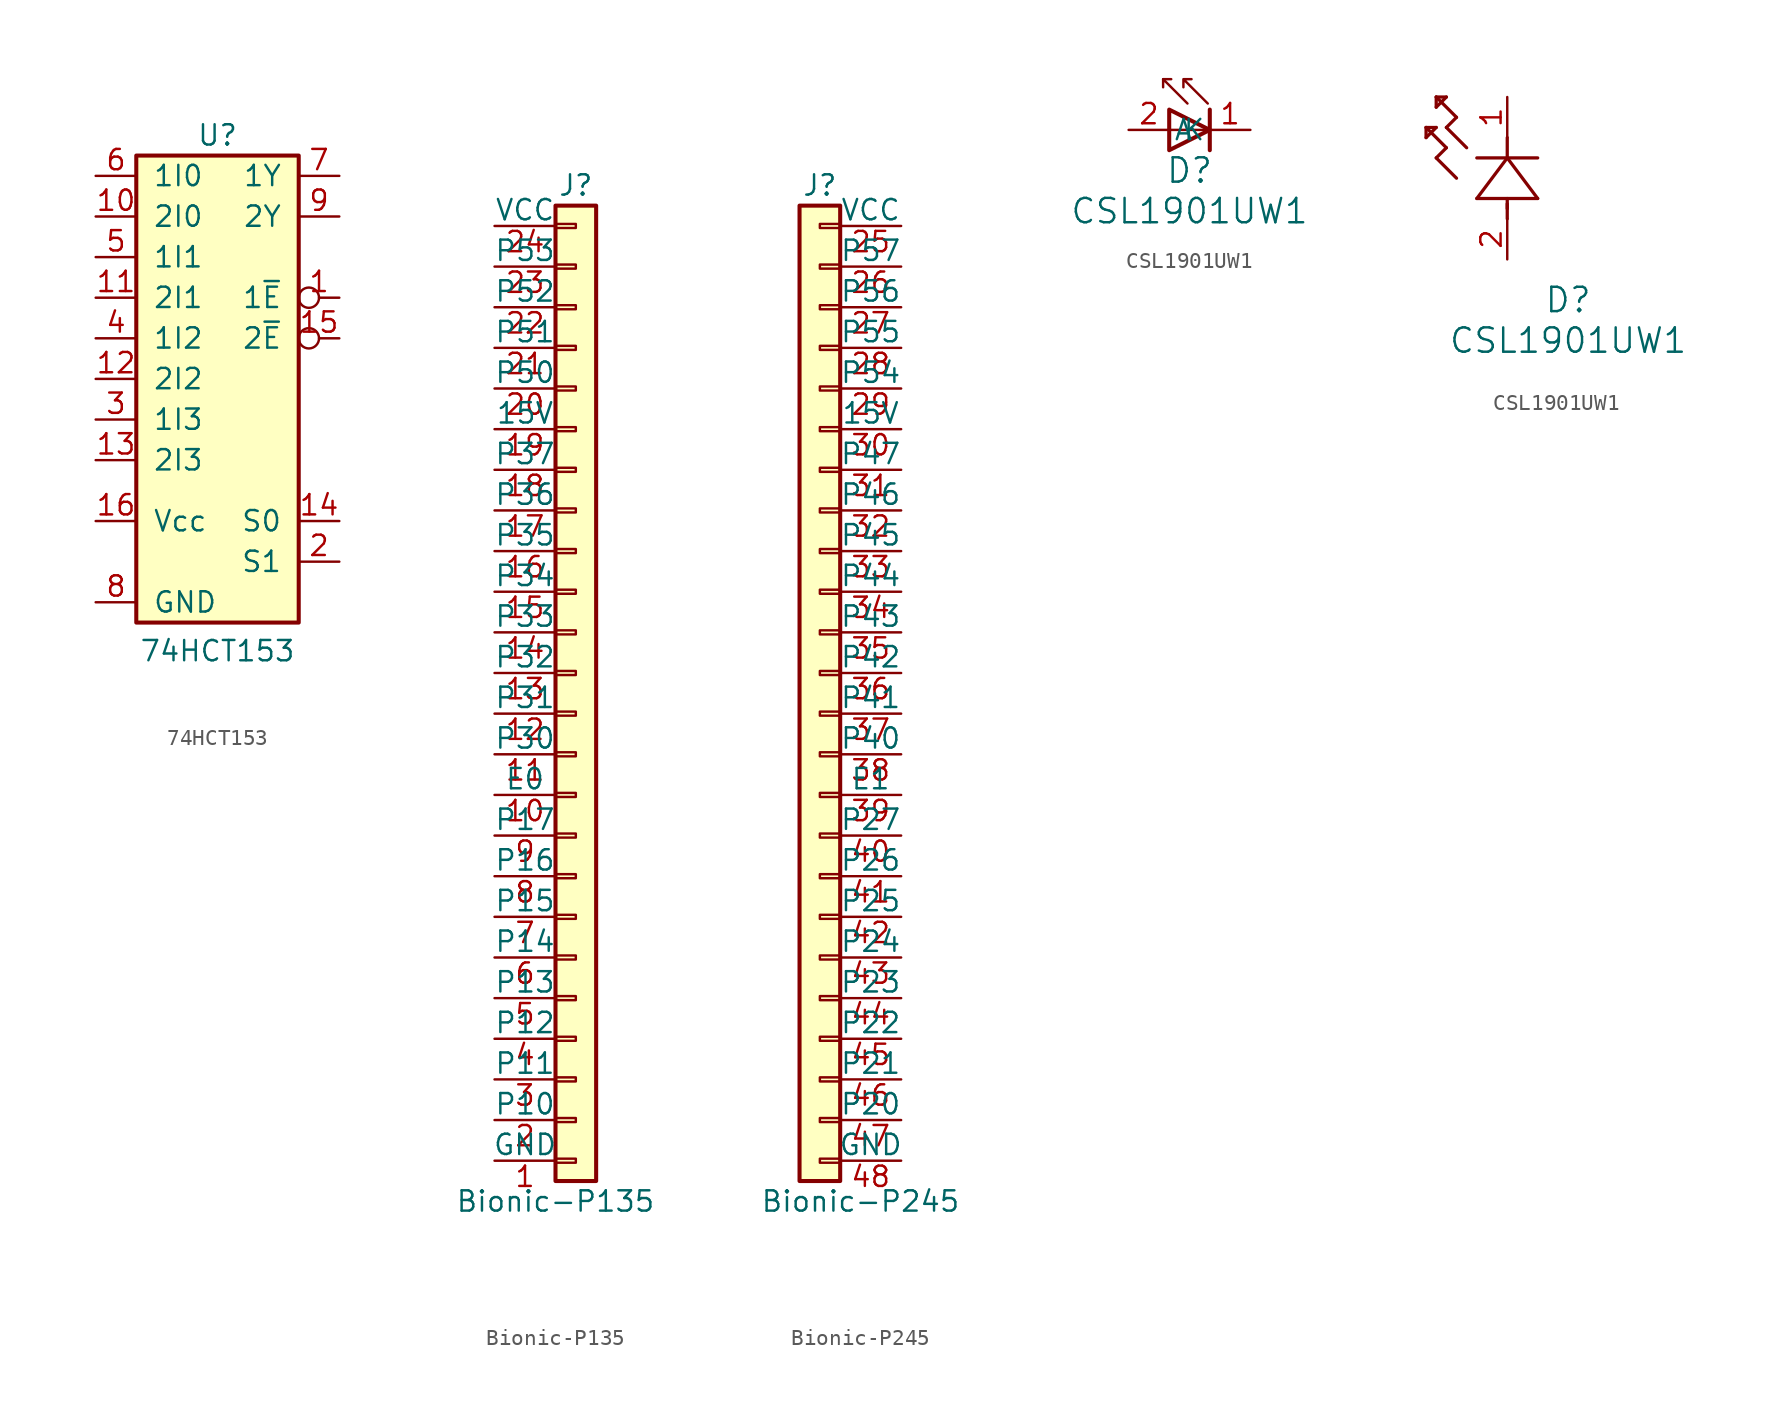
<source format=kicad_sym>
(kicad_symbol_lib
  (version 20231120)
  (generator "kicad_symbol_editor")
  (generator_version "8.0")
  (symbol "74HCT153"
    (pin_names
      (offset 1.016))
    (property "Reference" "U"
      (at 0 16.51 0)
      (effects (font (size 1.27 1.27))))
    (property "Value" "74HCT153"
      (at 0 -15.748 0)
      (effects (font (size 1.27 1.27))))
    (symbol "74HCT153_1_0"
      (pin input inverted (at 7.62 6.35 180) (length 2.54) (name "1~{E}" (effects (font (size 1.27 1.27)))) (number "1" (effects (font (size 1.27 1.27)))))
      (pin input line (at -7.62 11.43 0) (length 2.54) (name "2I0" (effects (font (size 1.27 1.27)))) (number "10" (effects (font (size 1.27 1.27)))))
      (pin input line (at -7.62 6.35 0) (length 2.54) (name "2I1" (effects (font (size 1.27 1.27)))) (number "11" (effects (font (size 1.27 1.27)))))
      (pin input line (at -7.62 1.27 0) (length 2.54) (name "2I2" (effects (font (size 1.27 1.27)))) (number "12" (effects (font (size 1.27 1.27)))))
      (pin input line (at -7.62 -3.81 0) (length 2.54) (name "2I3" (effects (font (size 1.27 1.27)))) (number "13" (effects (font (size 1.27 1.27)))))
      (pin input line (at 7.62 -7.62 180) (length 2.54) (name "S0" (effects (font (size 1.27 1.27)))) (number "14" (effects (font (size 1.27 1.27)))))
      (pin input inverted (at 7.62 3.81 180) (length 2.54) (name "2~{E}" (effects (font (size 1.27 1.27)))) (number "15" (effects (font (size 1.27 1.27)))))
      (pin power_in line (at -7.62 -7.62 0) (length 2.54) (name "Vcc" (effects (font (size 1.27 1.27)))) (number "16" (effects (font (size 1.27 1.27)))))
      (pin input line (at 7.62 -10.16 180) (length 2.54) (name "S1" (effects (font (size 1.27 1.27)))) (number "2" (effects (font (size 1.27 1.27)))))
      (pin input line (at -7.62 -1.27 0) (length 2.54) (name "1I3" (effects (font (size 1.27 1.27)))) (number "3" (effects (font (size 1.27 1.27)))))
      (pin input line (at -7.62 3.81 0) (length 2.54) (name "1I2" (effects (font (size 1.27 1.27)))) (number "4" (effects (font (size 1.27 1.27)))))
      (pin input line (at -7.62 8.89 0) (length 2.54) (name "1I1" (effects (font (size 1.27 1.27)))) (number "5" (effects (font (size 1.27 1.27)))))
      (pin input line (at -7.62 13.97 0) (length 2.54) (name "1I0" (effects (font (size 1.27 1.27)))) (number "6" (effects (font (size 1.27 1.27)))))
      (pin output line (at 7.62 13.97 180) (length 2.54) (name "1Y" (effects (font (size 1.27 1.27)))) (number "7" (effects (font (size 1.27 1.27)))))
      (pin power_in line (at -7.62 -12.7 0) (length 2.54) (name "GND" (effects (font (size 1.27 1.27)))) (number "8" (effects (font (size 1.27 1.27)))))
      (pin output line (at 7.62 11.43 180) (length 2.54) (name "2Y" (effects (font (size 1.27 1.27)))) (number "9" (effects (font (size 1.27 1.27))))))
    (symbol "74HCT153_1_1"
      (rectangle (start -5.08 15.24) (end 5.08 -13.97) (stroke (width 0.254) (type default)) (fill (type background)))))
  (symbol "Bionic-P135"
    (pin_names
      (offset 0))
    (property "Reference" "J"
      (at 0 30.48 0)
      (effects (font (size 1.27 1.27))))
    (property "Value" "Bionic-P135"
      (at -1.27 -33.02 0)
      (effects (font (size 1.27 1.27))))
    (symbol "Bionic-P135_1_1"
      (rectangle (start 0 -30.353) (end -1.27 -30.607) (stroke (width 0.152) (type default)) (fill (type none)))
      (rectangle (start 0 -27.813) (end -1.27 -28.067) (stroke (width 0.152) (type default)) (fill (type none)))
      (rectangle (start 0 -25.273) (end -1.27 -25.527) (stroke (width 0.152) (type default)) (fill (type none)))
      (rectangle (start 0 -22.733) (end -1.27 -22.987) (stroke (width 0.152) (type default)) (fill (type none)))
      (rectangle (start 0 -20.193) (end -1.27 -20.447) (stroke (width 0.152) (type default)) (fill (type none)))
      (rectangle (start 0 -17.653) (end -1.27 -17.907) (stroke (width 0.152) (type default)) (fill (type none)))
      (rectangle (start 0 -15.113) (end -1.27 -15.367) (stroke (width 0.152) (type default)) (fill (type none)))
      (rectangle (start 0 -12.573) (end -1.27 -12.827) (stroke (width 0.152) (type default)) (fill (type none)))
      (rectangle (start 0 -10.033) (end -1.27 -10.287) (stroke (width 0.152) (type default)) (fill (type none)))
      (rectangle (start 0 -7.493) (end -1.27 -7.747) (stroke (width 0.152) (type default)) (fill (type none)))
      (rectangle (start 0 -4.953) (end -1.27 -5.207) (stroke (width 0.152) (type default)) (fill (type none)))
      (rectangle (start 0 -2.413) (end -1.27 -2.667) (stroke (width 0.152) (type default)) (fill (type none)))
      (rectangle (start 0 0.127) (end -1.27 -0.127) (stroke (width 0.152) (type default)) (fill (type none)))
      (rectangle (start 0 2.667) (end -1.27 2.413) (stroke (width 0.152) (type default)) (fill (type none)))
      (rectangle (start 0 5.207) (end -1.27 4.953) (stroke (width 0.152) (type default)) (fill (type none)))
      (rectangle (start 0 7.747) (end -1.27 7.493) (stroke (width 0.152) (type default)) (fill (type none)))
      (rectangle (start 0 10.287) (end -1.27 10.033) (stroke (width 0.152) (type default)) (fill (type none)))
      (rectangle (start 0 12.827) (end -1.27 12.573) (stroke (width 0.152) (type default)) (fill (type none)))
      (rectangle (start 0 15.367) (end -1.27 15.113) (stroke (width 0.152) (type default)) (fill (type none)))
      (rectangle (start 0 17.907) (end -1.27 17.653) (stroke (width 0.152) (type default)) (fill (type none)))
      (rectangle (start 0 20.447) (end -1.27 20.193) (stroke (width 0.152) (type default)) (fill (type none)))
      (rectangle (start 0 22.987) (end -1.27 22.733) (stroke (width 0.152) (type default)) (fill (type none)))
      (rectangle (start 0 25.527) (end -1.27 25.273) (stroke (width 0.152) (type default)) (fill (type none)))
      (rectangle (start 0 28.067) (end -1.27 27.813) (stroke (width 0.152) (type default)) (fill (type none)))
      (rectangle (start 1.27 29.21) (end -1.27 -31.75) (stroke (width 0.254) (type default)) (fill (type background)))
      (pin power_in line (at -5.08 -30.48 0) (length 3.81) (name "GND" (effects (font (size 1.27 1.27)))) (number "1" (effects (font (size 1.27 1.27)))))
      (pin bidirectional line (at -5.08 -7.62 0) (length 3.81) (name "E0" (effects (font (size 1.27 1.27)))) (number "10" (effects (font (size 1.27 1.27)))))
      (pin bidirectional line (at -5.08 -5.08 0) (length 3.81) (name "P30" (effects (font (size 1.27 1.27)))) (number "11" (effects (font (size 1.27 1.27)))))
      (pin bidirectional line (at -5.08 -2.54 0) (length 3.81) (name "P31" (effects (font (size 1.27 1.27)))) (number "12" (effects (font (size 1.27 1.27)))))
      (pin bidirectional line (at -5.08 0 0) (length 3.81) (name "P32" (effects (font (size 1.27 1.27)))) (number "13" (effects (font (size 1.27 1.27)))))
      (pin bidirectional line (at -5.08 2.54 0) (length 3.81) (name "P33" (effects (font (size 1.27 1.27)))) (number "14" (effects (font (size 1.27 1.27)))))
      (pin bidirectional line (at -5.08 5.08 0) (length 3.81) (name "P34" (effects (font (size 1.27 1.27)))) (number "15" (effects (font (size 1.27 1.27)))))
      (pin bidirectional line (at -5.08 7.62 0) (length 3.81) (name "P35" (effects (font (size 1.27 1.27)))) (number "16" (effects (font (size 1.27 1.27)))))
      (pin bidirectional line (at -5.08 10.16 0) (length 3.81) (name "P36" (effects (font (size 1.27 1.27)))) (number "17" (effects (font (size 1.27 1.27)))))
      (pin bidirectional line (at -5.08 12.7 0) (length 3.81) (name "P37" (effects (font (size 1.27 1.27)))) (number "18" (effects (font (size 1.27 1.27)))))
      (pin power_in line (at -5.08 15.24 0) (length 3.81) (name "15V" (effects (font (size 1.27 1.27)))) (number "19" (effects (font (size 1.27 1.27)))))
      (pin bidirectional line (at -5.08 -27.94 0) (length 3.81) (name "P10" (effects (font (size 1.27 1.27)))) (number "2" (effects (font (size 1.27 1.27)))))
      (pin bidirectional line (at -5.08 17.78 0) (length 3.81) (name "P50" (effects (font (size 1.27 1.27)))) (number "20" (effects (font (size 1.27 1.27)))))
      (pin bidirectional line (at -5.08 20.32 0) (length 3.81) (name "P51" (effects (font (size 1.27 1.27)))) (number "21" (effects (font (size 1.27 1.27)))))
      (pin bidirectional line (at -5.08 22.86 0) (length 3.81) (name "P52" (effects (font (size 1.27 1.27)))) (number "22" (effects (font (size 1.27 1.27)))))
      (pin bidirectional line (at -5.08 25.4 0) (length 3.81) (name "P53" (effects (font (size 1.27 1.27)))) (number "23" (effects (font (size 1.27 1.27)))))
      (pin power_in line (at -5.08 27.94 0) (length 3.81) (name "VCC" (effects (font (size 1.27 1.27)))) (number "24" (effects (font (size 1.27 1.27)))))
      (pin bidirectional line (at -5.08 -25.4 0) (length 3.81) (name "P11" (effects (font (size 1.27 1.27)))) (number "3" (effects (font (size 1.27 1.27)))))
      (pin bidirectional line (at -5.08 -22.86 0) (length 3.81) (name "P12" (effects (font (size 1.27 1.27)))) (number "4" (effects (font (size 1.27 1.27)))))
      (pin bidirectional line (at -5.08 -20.32 0) (length 3.81) (name "P13" (effects (font (size 1.27 1.27)))) (number "5" (effects (font (size 1.27 1.27)))))
      (pin bidirectional line (at -5.08 -17.78 0) (length 3.81) (name "P14" (effects (font (size 1.27 1.27)))) (number "6" (effects (font (size 1.27 1.27)))))
      (pin bidirectional line (at -5.08 -15.24 0) (length 3.81) (name "P15" (effects (font (size 1.27 1.27)))) (number "7" (effects (font (size 1.27 1.27)))))
      (pin bidirectional line (at -5.08 -12.7 0) (length 3.81) (name "P16" (effects (font (size 1.27 1.27)))) (number "8" (effects (font (size 1.27 1.27)))))
      (pin bidirectional line (at -5.08 -10.16 0) (length 3.81) (name "P17" (effects (font (size 1.27 1.27)))) (number "9" (effects (font (size 1.27 1.27)))))))
  (symbol "Bionic-P245"
    (pin_names
      (offset 0))
    (property "Reference" "J"
      (at -3.81 30.48 0)
      (effects (font (size 1.27 1.27))))
    (property "Value" "Bionic-P245"
      (at -1.27 -33.02 0)
      (effects (font (size 1.27 1.27))))
    (symbol "Bionic-P245_1_1"
      (rectangle (start -2.54 -30.607) (end -3.81 -30.353) (stroke (width 0.152) (type default)) (fill (type none)))
      (rectangle (start -2.54 -28.067) (end -3.81 -27.813) (stroke (width 0.152) (type default)) (fill (type none)))
      (rectangle (start -2.54 -25.527) (end -3.81 -25.273) (stroke (width 0.152) (type default)) (fill (type none)))
      (rectangle (start -2.54 -22.987) (end -3.81 -22.733) (stroke (width 0.152) (type default)) (fill (type none)))
      (rectangle (start -2.54 -20.447) (end -3.81 -20.193) (stroke (width 0.152) (type default)) (fill (type none)))
      (rectangle (start -2.54 -17.907) (end -3.81 -17.653) (stroke (width 0.152) (type default)) (fill (type none)))
      (rectangle (start -2.54 -15.367) (end -3.81 -15.113) (stroke (width 0.152) (type default)) (fill (type none)))
      (rectangle (start -2.54 -12.827) (end -3.81 -12.573) (stroke (width 0.152) (type default)) (fill (type none)))
      (rectangle (start -2.54 -10.287) (end -3.81 -10.033) (stroke (width 0.152) (type default)) (fill (type none)))
      (rectangle (start -2.54 -7.747) (end -3.81 -7.493) (stroke (width 0.152) (type default)) (fill (type none)))
      (rectangle (start -2.54 -5.207) (end -3.81 -4.953) (stroke (width 0.152) (type default)) (fill (type none)))
      (rectangle (start -2.54 -2.667) (end -3.81 -2.413) (stroke (width 0.152) (type default)) (fill (type none)))
      (rectangle (start -2.54 -0.127) (end -3.81 0.127) (stroke (width 0.152) (type default)) (fill (type none)))
      (rectangle (start -2.54 2.413) (end -3.81 2.667) (stroke (width 0.152) (type default)) (fill (type none)))
      (rectangle (start -2.54 4.953) (end -3.81 5.207) (stroke (width 0.152) (type default)) (fill (type none)))
      (rectangle (start -2.54 7.493) (end -3.81 7.747) (stroke (width 0.152) (type default)) (fill (type none)))
      (rectangle (start -2.54 10.033) (end -3.81 10.287) (stroke (width 0.152) (type default)) (fill (type none)))
      (rectangle (start -2.54 12.573) (end -3.81 12.827) (stroke (width 0.152) (type default)) (fill (type none)))
      (rectangle (start -2.54 15.113) (end -3.81 15.367) (stroke (width 0.152) (type default)) (fill (type none)))
      (rectangle (start -2.54 17.653) (end -3.81 17.907) (stroke (width 0.152) (type default)) (fill (type none)))
      (rectangle (start -2.54 20.193) (end -3.81 20.447) (stroke (width 0.152) (type default)) (fill (type none)))
      (rectangle (start -2.54 22.733) (end -3.81 22.987) (stroke (width 0.152) (type default)) (fill (type none)))
      (rectangle (start -2.54 25.273) (end -3.81 25.527) (stroke (width 0.152) (type default)) (fill (type none)))
      (rectangle (start -2.54 27.813) (end -3.81 28.067) (stroke (width 0.152) (type default)) (fill (type none)))
      (rectangle (start -2.54 29.21) (end -5.08 -31.75) (stroke (width 0.254) (type default)) (fill (type background)))
      (pin power_in line (at 1.27 27.94 180) (length 3.81) (name "VCC" (effects (font (size 1.27 1.27)))) (number "25" (effects (font (size 1.27 1.27)))))
      (pin bidirectional line (at 1.27 25.4 180) (length 3.81) (name "P57" (effects (font (size 1.27 1.27)))) (number "26" (effects (font (size 1.27 1.27)))))
      (pin bidirectional line (at 1.27 22.86 180) (length 3.81) (name "P56" (effects (font (size 1.27 1.27)))) (number "27" (effects (font (size 1.27 1.27)))))
      (pin bidirectional line (at 1.27 20.32 180) (length 3.81) (name "P55" (effects (font (size 1.27 1.27)))) (number "28" (effects (font (size 1.27 1.27)))))
      (pin bidirectional line (at 1.27 17.78 180) (length 3.81) (name "P54" (effects (font (size 1.27 1.27)))) (number "29" (effects (font (size 1.27 1.27)))))
      (pin power_in line (at 1.27 15.24 180) (length 3.81) (name "15V" (effects (font (size 1.27 1.27)))) (number "30" (effects (font (size 1.27 1.27)))))
      (pin bidirectional line (at 1.27 12.7 180) (length 3.81) (name "P47" (effects (font (size 1.27 1.27)))) (number "31" (effects (font (size 1.27 1.27)))))
      (pin bidirectional line (at 1.27 10.16 180) (length 3.81) (name "P46" (effects (font (size 1.27 1.27)))) (number "32" (effects (font (size 1.27 1.27)))))
      (pin bidirectional line (at 1.27 7.62 180) (length 3.81) (name "P45" (effects (font (size 1.27 1.27)))) (number "33" (effects (font (size 1.27 1.27)))))
      (pin bidirectional line (at 1.27 5.08 180) (length 3.81) (name "P44" (effects (font (size 1.27 1.27)))) (number "34" (effects (font (size 1.27 1.27)))))
      (pin bidirectional line (at 1.27 2.54 180) (length 3.81) (name "P43" (effects (font (size 1.27 1.27)))) (number "35" (effects (font (size 1.27 1.27)))))
      (pin bidirectional line (at 1.27 0 180) (length 3.81) (name "P42" (effects (font (size 1.27 1.27)))) (number "36" (effects (font (size 1.27 1.27)))))
      (pin bidirectional line (at 1.27 -2.54 180) (length 3.81) (name "P41" (effects (font (size 1.27 1.27)))) (number "37" (effects (font (size 1.27 1.27)))))
      (pin bidirectional line (at 1.27 -5.08 180) (length 3.81) (name "P40" (effects (font (size 1.27 1.27)))) (number "38" (effects (font (size 1.27 1.27)))))
      (pin bidirectional line (at 1.27 -7.62 180) (length 3.81) (name "E1" (effects (font (size 1.27 1.27)))) (number "39" (effects (font (size 1.27 1.27)))))
      (pin bidirectional line (at 1.27 -10.16 180) (length 3.81) (name "P27" (effects (font (size 1.27 1.27)))) (number "40" (effects (font (size 1.27 1.27)))))
      (pin bidirectional line (at 1.27 -12.7 180) (length 3.81) (name "P26" (effects (font (size 1.27 1.27)))) (number "41" (effects (font (size 1.27 1.27)))))
      (pin bidirectional line (at 1.27 -15.24 180) (length 3.81) (name "P25" (effects (font (size 1.27 1.27)))) (number "42" (effects (font (size 1.27 1.27)))))
      (pin bidirectional line (at 1.27 -17.78 180) (length 3.81) (name "P24" (effects (font (size 1.27 1.27)))) (number "43" (effects (font (size 1.27 1.27)))))
      (pin bidirectional line (at 1.27 -20.32 180) (length 3.81) (name "P23" (effects (font (size 1.27 1.27)))) (number "44" (effects (font (size 1.27 1.27)))))
      (pin bidirectional line (at 1.27 -22.86 180) (length 3.81) (name "P22" (effects (font (size 1.27 1.27)))) (number "45" (effects (font (size 1.27 1.27)))))
      (pin bidirectional line (at 1.27 -25.4 180) (length 3.81) (name "P21" (effects (font (size 1.27 1.27)))) (number "46" (effects (font (size 1.27 1.27)))))
      (pin bidirectional line (at 1.27 -27.94 180) (length 3.81) (name "P20" (effects (font (size 1.27 1.27)))) (number "47" (effects (font (size 1.27 1.27)))))
      (pin power_in line (at 1.27 -30.48 180) (length 3.81) (name "GND" (effects (font (size 1.27 1.27)))) (number "48" (effects (font (size 1.27 1.27)))))))
  (symbol "CSL1901UW1"
    (pin_names
      (offset 0.254))
    (property "Reference" "D"
      (at 3.81 -2.54 0)
      (effects (font (size 1.524 1.524))))
    (property "Value" "CSL1901UW1"
      (at 3.81 -5.08 0)
      (effects (font (size 1.524 1.524))))
    (symbol "CSL1901UW1_0_1"
      (polyline (pts (xy 2.159 3.175) (xy 2.667 3.175)) (stroke (width 0) (type default)) (fill (type none)))
      (polyline (pts (xy 2.54 0) (xy 5.08 0)) (stroke (width 0) (type default)) (fill (type none)))
      (polyline (pts (xy 5.08 1.27) (xy 5.08 -1.27)) (stroke (width 0.254) (type default)) (fill (type none)))
      (polyline (pts (xy 3.683 1.651) (xy 2.159 3.175) (xy 2.159 2.667)) (stroke (width 0) (type default)) (fill (type none)))
      (polyline (pts (xy 2.54 -1.27) (xy 5.08 0) (xy 2.54 1.27) (xy 2.54 -1.27)) (stroke (width 0.254) (type default)) (fill (type none)))
      (polyline (pts (xy 4.953 1.651) (xy 3.429 3.175) (xy 3.429 2.667) (xy 3.429 3.175) (xy 3.937 3.175)) (stroke (width 0) (type default)) (fill (type none))))
    (symbol "CSL1901UW1_1_1"
      (pin passive line (at 7.62 0 180) (length 2.54) (name "K" (effects (font (size 1.27 1.27)))) (number "1" (effects (font (size 1.27 1.27)))))
      (pin passive line (at 0 0 0) (length 2.54) (name "A" (effects (font (size 1.27 1.27)))) (number "2" (effects (font (size 1.27 1.27))))))
    (symbol "CSL1901UW1_1_2"
      (polyline (pts (xy -5.08 7.62) (xy -4.445 8.255)) (stroke (width 0.203) (type default)) (fill (type none)))
      (polyline (pts (xy -5.08 8.255) (xy -5.08 7.62)) (stroke (width 0.203) (type default)) (fill (type none)))
      (polyline (pts (xy -4.445 6.35) (xy -3.81 6.985)) (stroke (width 0.203) (type default)) (fill (type none)))
      (polyline (pts (xy -4.445 8.255) (xy -5.08 8.255)) (stroke (width 0.203) (type default)) (fill (type none)))
      (polyline (pts (xy -4.445 9.525) (xy -3.81 10.16)) (stroke (width 0.203) (type default)) (fill (type none)))
      (polyline (pts (xy -4.445 10.16) (xy -4.445 9.525)) (stroke (width 0.203) (type default)) (fill (type none)))
      (polyline (pts (xy -3.81 6.985) (xy -5.08 8.255)) (stroke (width 0.203) (type default)) (fill (type none)))
      (polyline (pts (xy -3.81 8.255) (xy -3.175 8.89)) (stroke (width 0.203) (type default)) (fill (type none)))
      (polyline (pts (xy -3.81 10.16) (xy -4.445 10.16)) (stroke (width 0.203) (type default)) (fill (type none)))
      (polyline (pts (xy -3.175 5.08) (xy -4.445 6.35)) (stroke (width 0.203) (type default)) (fill (type none)))
      (polyline (pts (xy -3.175 8.89) (xy -4.445 10.16)) (stroke (width 0.203) (type default)) (fill (type none)))
      (polyline (pts (xy -2.54 6.985) (xy -3.81 8.255)) (stroke (width 0.203) (type default)) (fill (type none)))
      (polyline (pts (xy -1.905 3.81) (xy 1.905 3.81)) (stroke (width 0.203) (type default)) (fill (type none)))
      (polyline (pts (xy 0 2.54) (xy 0 3.48)) (stroke (width 0.203) (type default)) (fill (type none)))
      (polyline (pts (xy 0 3.175) (xy 0 3.81)) (stroke (width 0.203) (type default)) (fill (type none)))
      (polyline (pts (xy 0 6.35) (xy -1.905 3.81)) (stroke (width 0.203) (type default)) (fill (type none)))
      (polyline (pts (xy 0 6.35) (xy 0 7.62)) (stroke (width 0.203) (type default)) (fill (type none)))
      (polyline (pts (xy 1.905 3.81) (xy 0 6.35)) (stroke (width 0.203) (type default)) (fill (type none)))
      (polyline (pts (xy 1.905 6.35) (xy -1.905 6.35)) (stroke (width 0.203) (type default)) (fill (type none)))
      (pin unspecified line (at 0 10.16 270) (length 2.54) (name "" (effects (font (size 1.27 1.27)))) (number "1" (effects (font (size 1.27 1.27)))))
      (pin unspecified line (at 0 0 90) (length 2.54) (name "" (effects (font (size 1.27 1.27)))) (number "2" (effects (font (size 1.27 1.27))))))))
</source>
